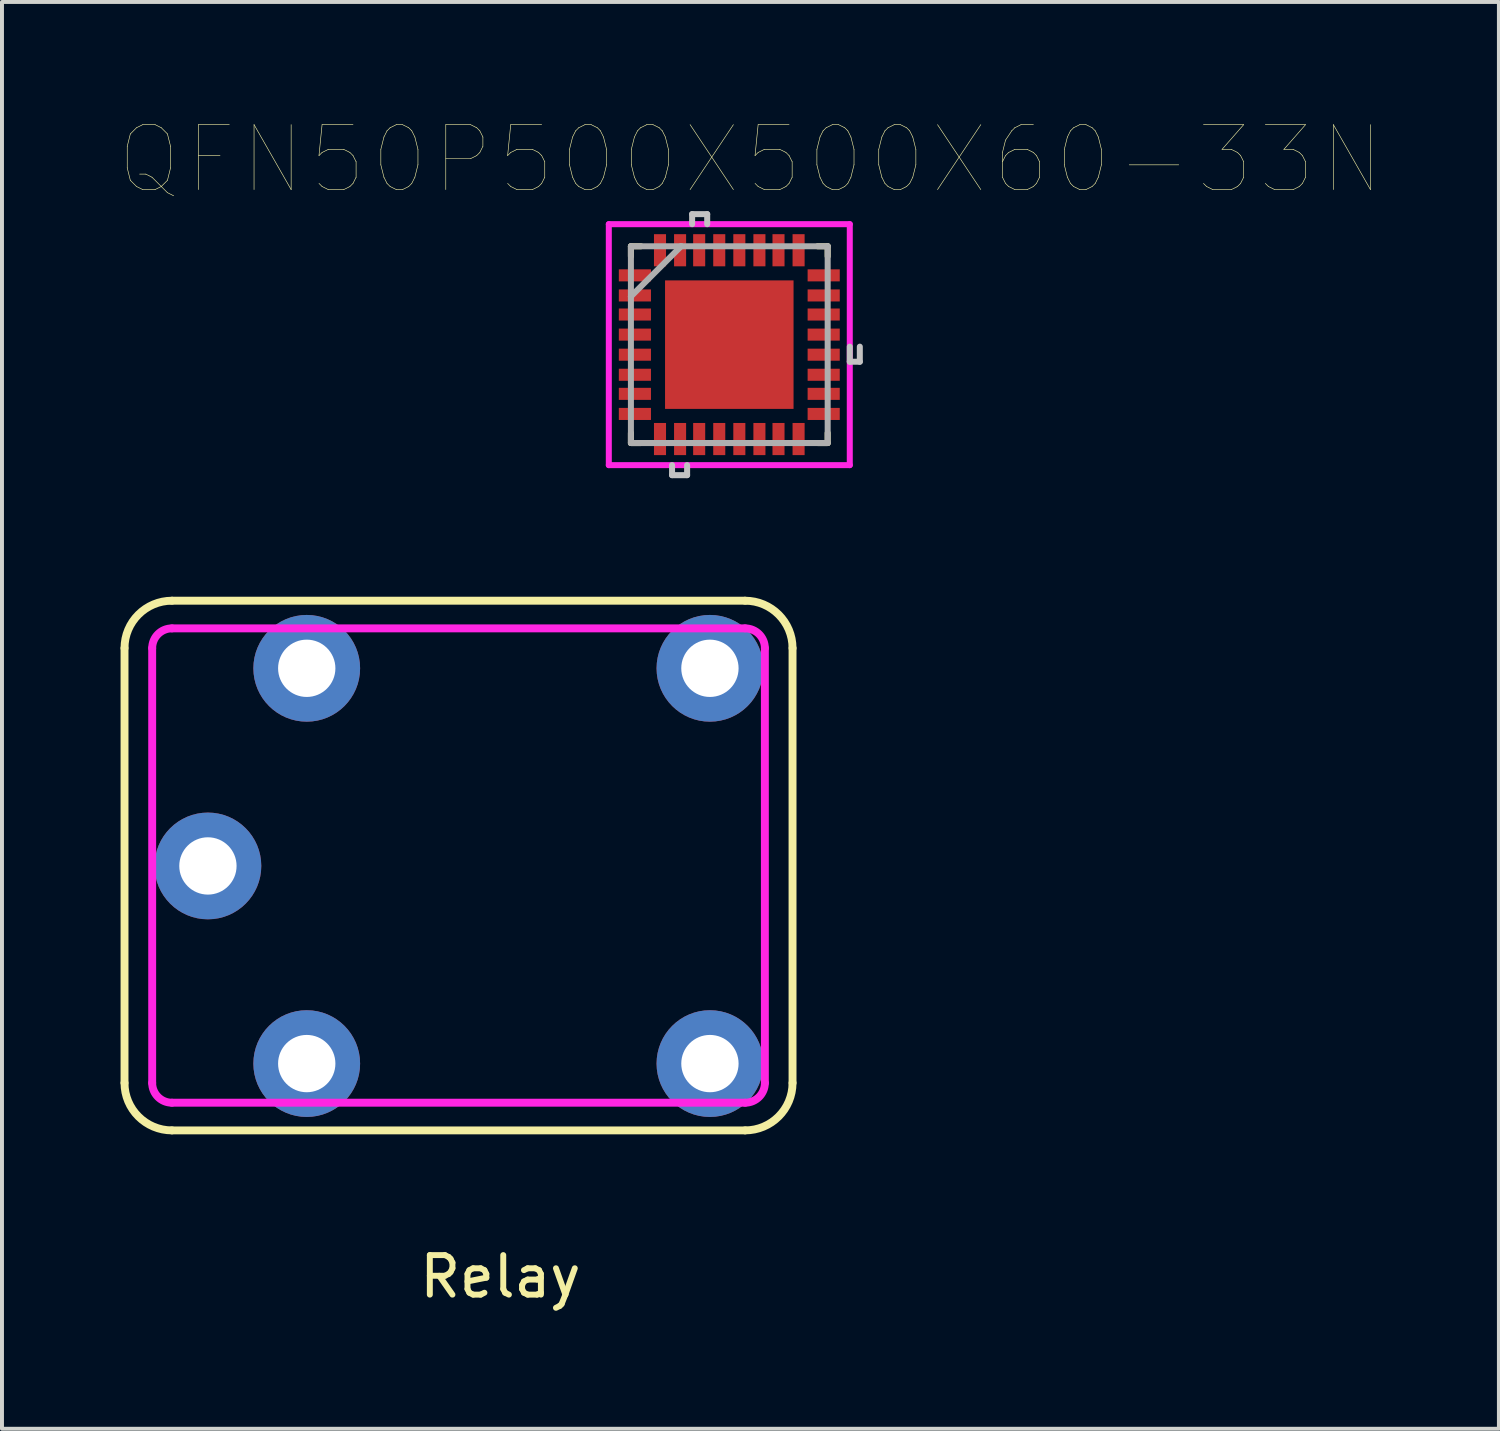
<source format=kicad_pcb>
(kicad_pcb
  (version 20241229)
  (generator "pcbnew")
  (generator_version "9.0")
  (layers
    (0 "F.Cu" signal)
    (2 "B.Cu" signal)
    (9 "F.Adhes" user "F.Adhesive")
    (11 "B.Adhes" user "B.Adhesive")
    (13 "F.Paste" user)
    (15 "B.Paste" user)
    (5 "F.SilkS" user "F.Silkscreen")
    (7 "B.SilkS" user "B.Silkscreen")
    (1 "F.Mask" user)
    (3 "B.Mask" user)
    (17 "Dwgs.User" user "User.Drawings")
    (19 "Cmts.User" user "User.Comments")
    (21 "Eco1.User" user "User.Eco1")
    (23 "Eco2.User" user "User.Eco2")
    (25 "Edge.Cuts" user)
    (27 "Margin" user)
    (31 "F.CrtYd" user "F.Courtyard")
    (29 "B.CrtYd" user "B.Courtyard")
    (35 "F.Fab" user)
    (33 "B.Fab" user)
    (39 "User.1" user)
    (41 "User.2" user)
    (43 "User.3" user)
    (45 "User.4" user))
  (footprint "QFN50P500X500X60-33N"
    (layer "F.Cu")
    (at 15.4 5.669)
    (property "Reference" "QFN50P500X500X60-33N" (at 0.534 -4.682 0) (layer "F.SilkS") (effects (font (size 1.643 1.643) (thickness 0.015))))
    (attr through_hole)
    (fp_line (start -2.489 -2.489) (end -2.489 -2.235) (stroke (width 0.152) (type solid)) (layer "F.SilkS"))
    (fp_line (start -2.489 2.235) (end -2.489 2.489) (stroke (width 0.152) (type solid)) (layer "F.SilkS"))
    (fp_line (start -2.489 2.489) (end -2.235 2.489) (stroke (width 0.152) (type solid)) (layer "F.SilkS"))
    (fp_line (start -2.235 -2.489) (end -2.489 -2.489) (stroke (width 0.152) (type solid)) (layer "F.SilkS"))
    (fp_line (start 2.235 2.489) (end 2.489 2.489) (stroke (width 0.152) (type solid)) (layer "F.SilkS"))
    (fp_line (start 2.489 -2.489) (end 2.235 -2.489) (stroke (width 0.152) (type solid)) (layer "F.SilkS"))
    (fp_line (start 2.489 -2.235) (end 2.489 -2.489) (stroke (width 0.152) (type solid)) (layer "F.SilkS"))
    (fp_line (start 2.489 2.489) (end 2.489 2.235) (stroke (width 0.152) (type solid)) (layer "F.SilkS"))
    (fp_line (start -1.448 3.048) (end -1.448 3.302) (stroke (width 0.152) (type solid)) (layer "Dwgs.User"))
    (fp_line (start -1.448 3.302) (end -1.067 3.302) (stroke (width 0.152) (type solid)) (layer "Dwgs.User"))
    (fp_line (start -1.067 3.302) (end -1.067 3.048) (stroke (width 0.152) (type solid)) (layer "Dwgs.User"))
    (fp_line (start -0.94 -3.302) (end -0.559 -3.302) (stroke (width 0.152) (type solid)) (layer "Dwgs.User"))
    (fp_line (start -0.94 -3.048) (end -0.94 -3.302) (stroke (width 0.152) (type solid)) (layer "Dwgs.User"))
    (fp_line (start -0.559 -3.302) (end -0.559 -3.048) (stroke (width 0.152) (type solid)) (layer "Dwgs.User"))
    (fp_line (start 3.048 0.432) (end 3.048 0.051) (stroke (width 0.152) (type solid)) (layer "Dwgs.User"))
    (fp_line (start 3.302 0.051) (end 3.302 0.432) (stroke (width 0.152) (type solid)) (layer "Dwgs.User"))
    (fp_line (start 3.302 0.432) (end 3.048 0.432) (stroke (width 0.152) (type solid)) (layer "Dwgs.User"))
    (fp_line (start -3.048 -3.048) (end 3.048 -3.048) (stroke (width 0.152) (type solid)) (layer "F.CrtYd"))
    (fp_line (start -3.048 3.048) (end -3.048 -3.048) (stroke (width 0.152) (type solid)) (layer "F.CrtYd"))
    (fp_line (start 3.048 -3.048) (end 3.048 3.048) (stroke (width 0.152) (type solid)) (layer "F.CrtYd"))
    (fp_line (start 3.048 3.048) (end -3.048 3.048) (stroke (width 0.152) (type solid)) (layer "F.CrtYd"))
    (fp_line (start -2.489 -2.489) (end -2.489 -1.219) (stroke (width 0.152) (type solid)) (layer "F.Fab"))
    (fp_line (start -2.489 -1.219) (end -2.489 2.489) (stroke (width 0.152) (type solid)) (layer "F.Fab"))
    (fp_line (start -2.489 -1.219) (end -1.219 -2.489) (stroke (width 0.152) (type solid)) (layer "F.Fab"))
    (fp_line (start -2.489 2.489) (end 2.489 2.489) (stroke (width 0.152) (type solid)) (layer "F.Fab"))
    (fp_line (start -1.219 -2.489) (end -2.489 -2.489) (stroke (width 0.152) (type solid)) (layer "F.Fab"))
    (fp_line (start 2.489 -2.489) (end -1.219 -2.489) (stroke (width 0.152) (type solid)) (layer "F.Fab"))
    (fp_line (start 2.489 2.489) (end 2.489 -2.489) (stroke (width 0.152) (type solid)) (layer "F.Fab"))
    (pad "1" smd rect (at -2.388 -1.753) (size 0.813 0.305) (layers "F.Cu" "F.Mask" "F.Paste"))
    (pad "2" smd rect (at -2.388 -1.245) (size 0.813 0.305) (layers "F.Cu" "F.Mask" "F.Paste"))
    (pad "3" smd rect (at -2.388 -0.762) (size 0.813 0.305) (layers "F.Cu" "F.Mask" "F.Paste"))
    (pad "4" smd rect (at -2.388 -0.254) (size 0.813 0.305) (layers "F.Cu" "F.Mask" "F.Paste"))
    (pad "5" smd rect (at -2.388 0.254) (size 0.813 0.305) (layers "F.Cu" "F.Mask" "F.Paste"))
    (pad "6" smd rect (at -2.388 0.762) (size 0.813 0.305) (layers "F.Cu" "F.Mask" "F.Paste"))
    (pad "7" smd rect (at -2.388 1.245) (size 0.813 0.305) (layers "F.Cu" "F.Mask" "F.Paste"))
    (pad "8" smd rect (at -2.388 1.753) (size 0.813 0.305) (layers "F.Cu" "F.Mask" "F.Paste"))
    (pad "9" smd rect (at -1.753 2.388) (size 0.305 0.813) (layers "F.Cu" "F.Mask" "F.Paste"))
    (pad "10" smd rect (at -1.245 2.388) (size 0.305 0.813) (layers "F.Cu" "F.Mask" "F.Paste"))
    (pad "11" smd rect (at -0.762 2.388) (size 0.305 0.813) (layers "F.Cu" "F.Mask" "F.Paste"))
    (pad "12" smd rect (at -0.254 2.388) (size 0.305 0.813) (layers "F.Cu" "F.Mask" "F.Paste"))
    (pad "13" smd rect (at 0.254 2.388) (size 0.305 0.813) (layers "F.Cu" "F.Mask" "F.Paste"))
    (pad "14" smd rect (at 0.762 2.388) (size 0.305 0.813) (layers "F.Cu" "F.Mask" "F.Paste"))
    (pad "15" smd rect (at 1.245 2.388) (size 0.305 0.813) (layers "F.Cu" "F.Mask" "F.Paste"))
    (pad "16" smd rect (at 1.753 2.388) (size 0.305 0.813) (layers "F.Cu" "F.Mask" "F.Paste"))
    (pad "17" smd rect (at 2.388 1.753) (size 0.813 0.305) (layers "F.Cu" "F.Mask" "F.Paste"))
    (pad "18" smd rect (at 2.388 1.245) (size 0.813 0.305) (layers "F.Cu" "F.Mask" "F.Paste"))
    (pad "19" smd rect (at 2.388 0.762) (size 0.813 0.305) (layers "F.Cu" "F.Mask" "F.Paste"))
    (pad "20" smd rect (at 2.388 0.254) (size 0.813 0.305) (layers "F.Cu" "F.Mask" "F.Paste"))
    (pad "21" smd rect (at 2.388 -0.254) (size 0.813 0.305) (layers "F.Cu" "F.Mask" "F.Paste"))
    (pad "22" smd rect (at 2.388 -0.762) (size 0.813 0.305) (layers "F.Cu" "F.Mask" "F.Paste"))
    (pad "23" smd rect (at 2.388 -1.245) (size 0.813 0.305) (layers "F.Cu" "F.Mask" "F.Paste"))
    (pad "24" smd rect (at 2.388 -1.753) (size 0.813 0.305) (layers "F.Cu" "F.Mask" "F.Paste"))
    (pad "25" smd rect (at 1.753 -2.388) (size 0.305 0.813) (layers "F.Cu" "F.Mask" "F.Paste"))
    (pad "26" smd rect (at 1.245 -2.388) (size 0.305 0.813) (layers "F.Cu" "F.Mask" "F.Paste"))
    (pad "27" smd rect (at 0.762 -2.388) (size 0.305 0.813) (layers "F.Cu" "F.Mask" "F.Paste"))
    (pad "28" smd rect (at 0.254 -2.388) (size 0.305 0.813) (layers "F.Cu" "F.Mask" "F.Paste"))
    (pad "29" smd rect (at -0.254 -2.388) (size 0.305 0.813) (layers "F.Cu" "F.Mask" "F.Paste"))
    (pad "30" smd rect (at -0.762 -2.388) (size 0.305 0.813) (layers "F.Cu" "F.Mask" "F.Paste"))
    (pad "31" smd rect (at -1.245 -2.388) (size 0.305 0.813) (layers "F.Cu" "F.Mask" "F.Paste"))
    (pad "32" smd rect (at -1.753 -2.388) (size 0.305 0.813) (layers "F.Cu" "F.Mask" "F.Paste"))
    (pad "33" smd rect (at 0 0) (size 3.251 3.251) (layers "F.Cu" "F.Mask" "F.Paste")))
  (footprint "Relay"
    (layer "F.Cu")
    (at 9.75 18.607)
    (property "Reference" "Relay" (at -0.14 10.64 0) (layer "F.SilkS") (effects (font (size 1 1) (thickness 0.15))))
    (attr through_hole)
    (fp_line (start -9.65 -5.26) (end -9.65 5.74) (stroke (width 0.2) (type solid)) (layer "F.SilkS"))
    (fp_line (start -8.45 6.94) (end 6.05 6.94) (stroke (width 0.2) (type solid)) (layer "F.SilkS"))
    (fp_line (start 6.05 -6.46) (end -8.45 -6.46) (stroke (width 0.2) (type solid)) (layer "F.SilkS"))
    (fp_line (start 7.25 5.74) (end 7.25 -5.26) (stroke (width 0.2) (type solid)) (layer "F.SilkS"))
    (fp_arc (start -9.65 -5.259997) (mid -9.298527 -6.108525) (end -8.449999 -6.459996) (stroke (width 0.2) (type solid)) (layer "F.SilkS"))
    (fp_arc (start -8.45 6.940004) (mid -9.298528 6.588532) (end -9.65 5.740004) (stroke (width 0.2) (type solid)) (layer "F.SilkS"))
    (fp_arc (start 6.05 -6.459995) (mid 6.898527 -6.108523) (end 7.249999 -5.259996) (stroke (width 0.2) (type solid)) (layer "F.SilkS"))
    (fp_arc (start 7.25 5.740004) (mid 6.898528 6.588532) (end 6.05 6.940004) (stroke (width 0.2) (type solid)) (layer "F.SilkS"))
    (fp_line (start -8.95 -5.26) (end -8.95 5.74) (stroke (width 0.2) (type solid)) (layer "F.CrtYd"))
    (fp_line (start 6.05 -5.76) (end -8.45 -5.76) (stroke (width 0.2) (type solid)) (layer "F.CrtYd"))
    (fp_line (start 6.05 6.24) (end -8.45 6.24) (stroke (width 0.2) (type solid)) (layer "F.CrtYd"))
    (fp_line (start 6.55 -5.26) (end 6.55 5.74) (stroke (width 0.2) (type solid)) (layer "F.CrtYd"))
    (fp_arc (start -8.95 -5.259996) (mid -8.803553 -5.613549) (end -8.45 -5.759996) (stroke (width 0.2) (type solid)) (layer "F.CrtYd"))
    (fp_arc (start -8.45 6.240004) (mid -8.803553 6.093557) (end -8.95 5.740004) (stroke (width 0.2) (type solid)) (layer "F.CrtYd"))
    (fp_arc (start 6.05 -5.759996) (mid 6.403553 -5.613549) (end 6.55 -5.259996) (stroke (width 0.2) (type solid)) (layer "F.CrtYd"))
    (fp_arc (start 6.55 5.740004) (mid 6.403553 6.093557) (end 6.05 6.240004) (stroke (width 0.2) (type solid)) (layer "F.CrtYd"))
    (pad "1" thru_hole circle (at 5.16 5.25) (size 2.7 2.7) (drill 1.45) (layers "*.Cu" "*.Mask"))
    (pad "2" thru_hole circle (at -5.04 5.25) (size 2.7 2.7) (drill 1.45) (layers "*.Cu" "*.Mask"))
    (pad "6" thru_hole circle (at -5.04 -4.75) (size 2.7 2.7) (drill 1.45) (layers "*.Cu" "*.Mask"))
    (pad "7" thru_hole circle (at -7.54 0.25) (size 2.7 2.7) (drill 1.45) (layers "*.Cu" "*.Mask"))
    (pad "14" thru_hole circle (at 5.16 -4.75) (size 2.7 2.7) (drill 1.45) (layers "*.Cu" "*.Mask")))
  (gr_rect
    (start -3 -3)
    (end 34.87 33.096)
    (stroke (width 0.1) (type default))
    (fill no)
    (layer "Edge.Cuts")))
</source>
